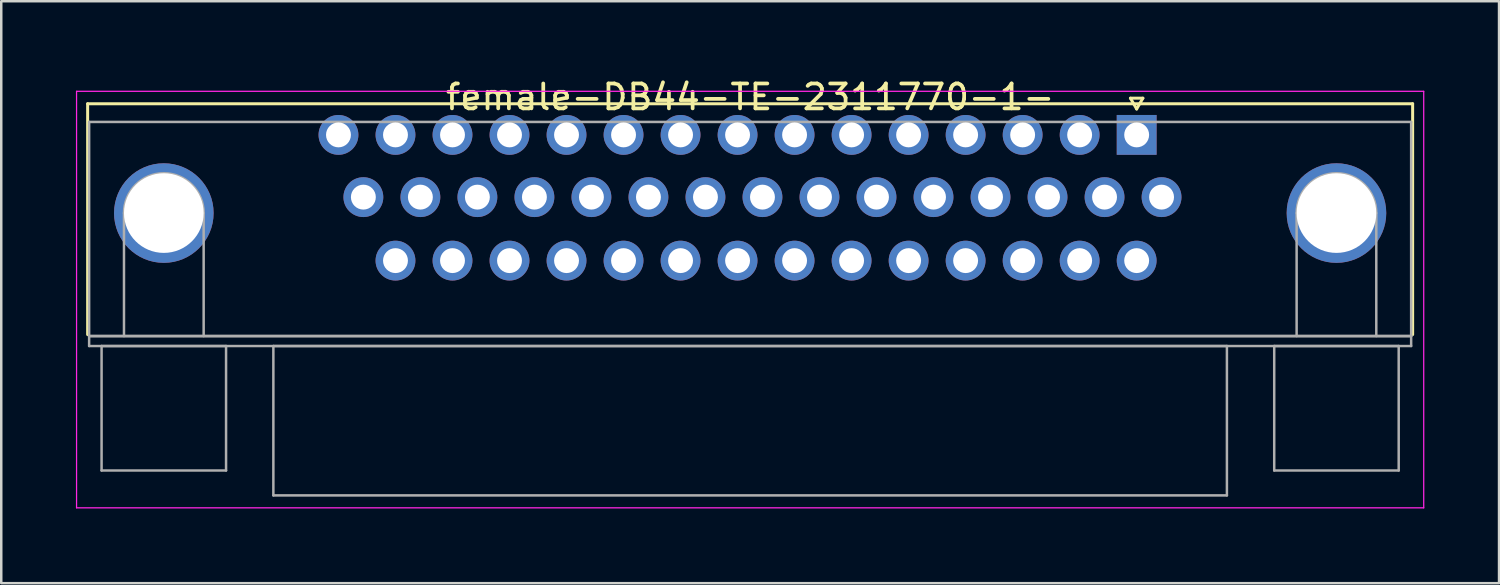
<source format=kicad_pcb>
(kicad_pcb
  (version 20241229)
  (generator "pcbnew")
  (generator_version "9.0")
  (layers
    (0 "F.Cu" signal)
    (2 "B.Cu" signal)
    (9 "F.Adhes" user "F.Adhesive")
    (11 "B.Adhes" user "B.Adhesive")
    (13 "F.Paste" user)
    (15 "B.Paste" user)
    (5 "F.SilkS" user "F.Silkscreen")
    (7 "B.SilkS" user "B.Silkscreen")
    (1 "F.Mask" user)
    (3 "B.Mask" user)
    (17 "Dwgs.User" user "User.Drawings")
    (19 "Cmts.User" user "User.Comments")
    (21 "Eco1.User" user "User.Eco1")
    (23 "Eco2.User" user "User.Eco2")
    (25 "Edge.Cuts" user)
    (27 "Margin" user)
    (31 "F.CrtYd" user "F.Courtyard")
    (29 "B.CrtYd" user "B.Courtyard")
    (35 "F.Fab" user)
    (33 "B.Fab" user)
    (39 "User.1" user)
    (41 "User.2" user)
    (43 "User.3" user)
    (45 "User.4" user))
  (footprint "female-DB44-TE-2311770-1-"
    (layer "F.Cu")
    (at 42.605 3.618)
    (property "Reference" "female-DB44-TE-2311770-1-" (at -15.525 -2.77 0) (layer "F.SilkS") (effects (font (size 1 1) (thickness 0.15))))
    (attr through_hole)
    (fp_line (start -42.135 -2.5) (end 11.085 -2.5) (stroke (width 0.12) (type solid)) (layer "F.SilkS"))
    (fp_line (start -42.135 6.77) (end -42.135 -2.5) (stroke (width 0.12) (type solid)) (layer "F.SilkS"))
    (fp_line (start -0.25 -2.724) (end 0.25 -2.724) (stroke (width 0.12) (type solid)) (layer "F.SilkS"))
    (fp_line (start 0 -2.291) (end -0.25 -2.724) (stroke (width 0.12) (type solid)) (layer "F.SilkS"))
    (fp_line (start 0.25 -2.724) (end 0 -2.291) (stroke (width 0.12) (type solid)) (layer "F.SilkS"))
    (fp_line (start 11.085 -2.5) (end 11.085 6.77) (stroke (width 0.12) (type solid)) (layer "F.SilkS"))
    (fp_line (start -42.58 -3) (end -42.58 13.73) (stroke (width 0.05) (type solid)) (layer "F.CrtYd"))
    (fp_line (start -42.58 13.73) (end 11.53 13.73) (stroke (width 0.05) (type solid)) (layer "F.CrtYd"))
    (fp_line (start 11.53 -3) (end -42.58 -3) (stroke (width 0.05) (type solid)) (layer "F.CrtYd"))
    (fp_line (start 11.53 13.73) (end 11.53 -3) (stroke (width 0.05) (type solid)) (layer "F.CrtYd"))
    (fp_line (start -42.075 -1.77) (end -42.075 6.83) (stroke (width 0.1) (type solid)) (layer "F.Fab"))
    (fp_line (start -42.075 6.83) (end -42.075 7.23) (stroke (width 0.1) (type solid)) (layer "F.Fab"))
    (fp_line (start -42.075 6.83) (end 11.025 6.83) (stroke (width 0.1) (type solid)) (layer "F.Fab"))
    (fp_line (start -42.075 7.23) (end 11.025 7.23) (stroke (width 0.1) (type solid)) (layer "F.Fab"))
    (fp_line (start -41.575 7.23) (end -41.575 12.23) (stroke (width 0.1) (type solid)) (layer "F.Fab"))
    (fp_line (start -41.575 12.23) (end -36.575 12.23) (stroke (width 0.1) (type solid)) (layer "F.Fab"))
    (fp_line (start -40.675 6.83) (end -40.675 1.89) (stroke (width 0.1) (type solid)) (layer "F.Fab"))
    (fp_line (start -37.475 6.83) (end -37.475 1.89) (stroke (width 0.1) (type solid)) (layer "F.Fab"))
    (fp_line (start -36.575 7.23) (end -41.575 7.23) (stroke (width 0.1) (type solid)) (layer "F.Fab"))
    (fp_line (start -36.575 12.23) (end -36.575 7.23) (stroke (width 0.1) (type solid)) (layer "F.Fab"))
    (fp_line (start -34.675 7.23) (end -34.675 13.23) (stroke (width 0.1) (type solid)) (layer "F.Fab"))
    (fp_line (start -34.675 13.23) (end 3.625 13.23) (stroke (width 0.1) (type solid)) (layer "F.Fab"))
    (fp_line (start 3.625 7.23) (end -34.675 7.23) (stroke (width 0.1) (type solid)) (layer "F.Fab"))
    (fp_line (start 3.625 13.23) (end 3.625 7.23) (stroke (width 0.1) (type solid)) (layer "F.Fab"))
    (fp_line (start 5.525 7.23) (end 5.525 12.23) (stroke (width 0.1) (type solid)) (layer "F.Fab"))
    (fp_line (start 5.525 12.23) (end 10.525 12.23) (stroke (width 0.1) (type solid)) (layer "F.Fab"))
    (fp_line (start 6.425 6.83) (end 6.425 1.89) (stroke (width 0.1) (type solid)) (layer "F.Fab"))
    (fp_line (start 9.625 6.83) (end 9.625 1.89) (stroke (width 0.1) (type solid)) (layer "F.Fab"))
    (fp_line (start 10.525 7.23) (end 5.525 7.23) (stroke (width 0.1) (type solid)) (layer "F.Fab"))
    (fp_line (start 10.525 12.23) (end 10.525 7.23) (stroke (width 0.1) (type solid)) (layer "F.Fab"))
    (fp_line (start 11.025 -1.77) (end -42.075 -1.77) (stroke (width 0.1) (type solid)) (layer "F.Fab"))
    (fp_line (start 11.025 6.83) (end -42.075 6.83) (stroke (width 0.1) (type solid)) (layer "F.Fab"))
    (fp_line (start 11.025 6.83) (end 11.025 -1.77) (stroke (width 0.1) (type solid)) (layer "F.Fab"))
    (fp_line (start 11.025 7.23) (end 11.025 6.83) (stroke (width 0.1) (type solid)) (layer "F.Fab"))
    (fp_arc (start -40.675 1.89) (mid -39.075 0.29) (end -37.475 1.89) (stroke (width 0.1) (type solid)) (layer "F.Fab"))
    (fp_arc (start 6.425 1.89) (mid 8.025 0.29) (end 9.625 1.89) (stroke (width 0.1) (type solid)) (layer "F.Fab"))
    (pad "0" thru_hole circle (at -39.075 1.89) (size 4 4) (drill 3.2) (layers "*.Cu" "*.Mask"))
    (pad "0" thru_hole circle (at 8.025 1.89) (size 4 4) (drill 3.2) (layers "*.Cu" "*.Mask"))
    (pad "1" thru_hole rect (at 0 -1.25) (size 1.6 1.6) (drill 1) (layers "*.Cu" "*.Mask"))
    (pad "2" thru_hole circle (at -2.29 -1.25) (size 1.6 1.6) (drill 1) (layers "*.Cu" "*.Mask"))
    (pad "3" thru_hole circle (at -4.58 -1.25) (size 1.6 1.6) (drill 1) (layers "*.Cu" "*.Mask"))
    (pad "4" thru_hole circle (at -6.87 -1.25) (size 1.6 1.6) (drill 1) (layers "*.Cu" "*.Mask"))
    (pad "5" thru_hole circle (at -9.16 -1.25) (size 1.6 1.6) (drill 1) (layers "*.Cu" "*.Mask"))
    (pad "6" thru_hole circle (at -11.45 -1.25) (size 1.6 1.6) (drill 1) (layers "*.Cu" "*.Mask"))
    (pad "7" thru_hole circle (at -13.74 -1.25) (size 1.6 1.6) (drill 1) (layers "*.Cu" "*.Mask"))
    (pad "8" thru_hole circle (at -16.03 -1.25) (size 1.6 1.6) (drill 1) (layers "*.Cu" "*.Mask"))
    (pad "9" thru_hole circle (at -18.32 -1.25) (size 1.6 1.6) (drill 1) (layers "*.Cu" "*.Mask"))
    (pad "10" thru_hole circle (at -20.61 -1.25) (size 1.6 1.6) (drill 1) (layers "*.Cu" "*.Mask"))
    (pad "11" thru_hole circle (at -22.9 -1.25) (size 1.6 1.6) (drill 1) (layers "*.Cu" "*.Mask"))
    (pad "12" thru_hole circle (at -25.19 -1.25) (size 1.6 1.6) (drill 1) (layers "*.Cu" "*.Mask"))
    (pad "13" thru_hole circle (at -27.48 -1.25) (size 1.6 1.6) (drill 1) (layers "*.Cu" "*.Mask"))
    (pad "14" thru_hole circle (at -29.77 -1.25) (size 1.6 1.6) (drill 1) (layers "*.Cu" "*.Mask"))
    (pad "15" thru_hole circle (at -32.06 -1.25) (size 1.6 1.6) (drill 1) (layers "*.Cu" "*.Mask"))
    (pad "16" thru_hole circle (at 1 1.25) (size 1.6 1.6) (drill 1) (layers "*.Cu" "*.Mask"))
    (pad "17" thru_hole circle (at -1.29 1.25) (size 1.6 1.6) (drill 1) (layers "*.Cu" "*.Mask"))
    (pad "18" thru_hole circle (at -3.58 1.25) (size 1.6 1.6) (drill 1) (layers "*.Cu" "*.Mask"))
    (pad "19" thru_hole circle (at -5.87 1.25) (size 1.6 1.6) (drill 1) (layers "*.Cu" "*.Mask"))
    (pad "20" thru_hole circle (at -8.16 1.25) (size 1.6 1.6) (drill 1) (layers "*.Cu" "*.Mask"))
    (pad "21" thru_hole circle (at -10.45 1.25) (size 1.6 1.6) (drill 1) (layers "*.Cu" "*.Mask"))
    (pad "22" thru_hole circle (at -12.74 1.25) (size 1.6 1.6) (drill 1) (layers "*.Cu" "*.Mask"))
    (pad "23" thru_hole circle (at -15.03 1.25) (size 1.6 1.6) (drill 1) (layers "*.Cu" "*.Mask"))
    (pad "24" thru_hole circle (at -17.32 1.25) (size 1.6 1.6) (drill 1) (layers "*.Cu" "*.Mask"))
    (pad "25" thru_hole circle (at -19.61 1.25) (size 1.6 1.6) (drill 1) (layers "*.Cu" "*.Mask"))
    (pad "26" thru_hole circle (at -21.9 1.25) (size 1.6 1.6) (drill 1) (layers "*.Cu" "*.Mask"))
    (pad "27" thru_hole circle (at -24.19 1.25) (size 1.6 1.6) (drill 1) (layers "*.Cu" "*.Mask"))
    (pad "28" thru_hole circle (at -26.48 1.25) (size 1.6 1.6) (drill 1) (layers "*.Cu" "*.Mask"))
    (pad "29" thru_hole circle (at -28.77 1.25) (size 1.6 1.6) (drill 1) (layers "*.Cu" "*.Mask"))
    (pad "30" thru_hole circle (at -31.06 1.25) (size 1.6 1.6) (drill 1) (layers "*.Cu" "*.Mask"))
    (pad "31" thru_hole circle (at 0 3.8) (size 1.6 1.6) (drill 1) (layers "*.Cu" "*.Mask"))
    (pad "32" thru_hole circle (at -2.29 3.8) (size 1.6 1.6) (drill 1) (layers "*.Cu" "*.Mask"))
    (pad "33" thru_hole circle (at -4.58 3.8) (size 1.6 1.6) (drill 1) (layers "*.Cu" "*.Mask"))
    (pad "34" thru_hole circle (at -6.87 3.8) (size 1.6 1.6) (drill 1) (layers "*.Cu" "*.Mask"))
    (pad "35" thru_hole circle (at -9.16 3.8) (size 1.6 1.6) (drill 1) (layers "*.Cu" "*.Mask"))
    (pad "36" thru_hole circle (at -11.45 3.8) (size 1.6 1.6) (drill 1) (layers "*.Cu" "*.Mask"))
    (pad "37" thru_hole circle (at -13.74 3.8) (size 1.6 1.6) (drill 1) (layers "*.Cu" "*.Mask"))
    (pad "38" thru_hole circle (at -16.03 3.8) (size 1.6 1.6) (drill 1) (layers "*.Cu" "*.Mask"))
    (pad "39" thru_hole circle (at -18.32 3.8) (size 1.6 1.6) (drill 1) (layers "*.Cu" "*.Mask"))
    (pad "40" thru_hole circle (at -20.61 3.8) (size 1.6 1.6) (drill 1) (layers "*.Cu" "*.Mask"))
    (pad "41" thru_hole circle (at -22.9 3.8) (size 1.6 1.6) (drill 1) (layers "*.Cu" "*.Mask"))
    (pad "42" thru_hole circle (at -25.19 3.8) (size 1.6 1.6) (drill 1) (layers "*.Cu" "*.Mask"))
    (pad "43" thru_hole circle (at -27.48 3.8) (size 1.6 1.6) (drill 1) (layers "*.Cu" "*.Mask"))
    (pad "44" thru_hole circle (at -29.77 3.8) (size 1.6 1.6) (drill 1) (layers "*.Cu" "*.Mask")))
  (gr_rect
    (start -3 -3)
    (end 57.16 20.373)
    (stroke (width 0.1) (type default))
    (fill no)
    (layer "Edge.Cuts")))
</source>
